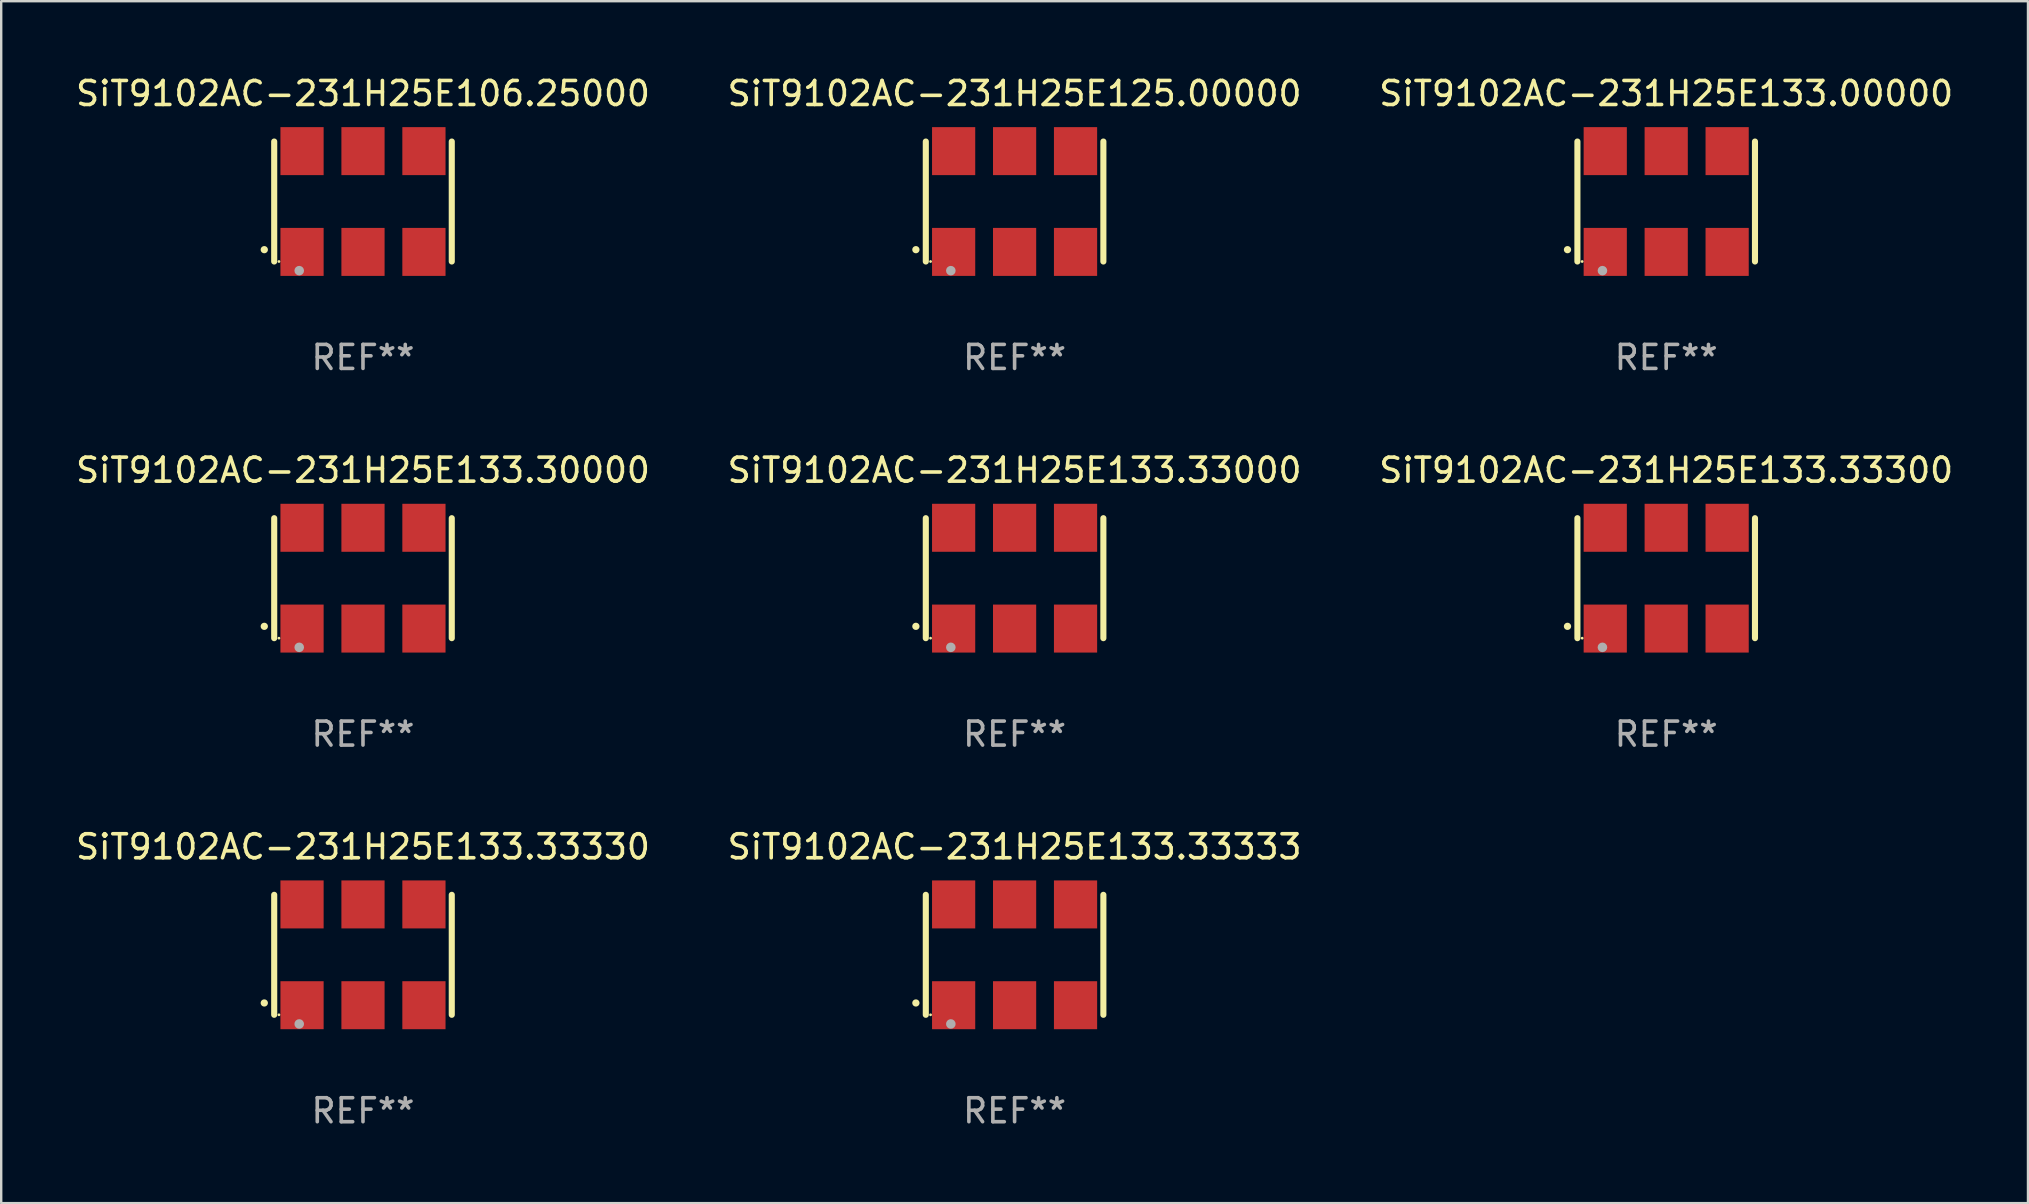
<source format=kicad_pcb>
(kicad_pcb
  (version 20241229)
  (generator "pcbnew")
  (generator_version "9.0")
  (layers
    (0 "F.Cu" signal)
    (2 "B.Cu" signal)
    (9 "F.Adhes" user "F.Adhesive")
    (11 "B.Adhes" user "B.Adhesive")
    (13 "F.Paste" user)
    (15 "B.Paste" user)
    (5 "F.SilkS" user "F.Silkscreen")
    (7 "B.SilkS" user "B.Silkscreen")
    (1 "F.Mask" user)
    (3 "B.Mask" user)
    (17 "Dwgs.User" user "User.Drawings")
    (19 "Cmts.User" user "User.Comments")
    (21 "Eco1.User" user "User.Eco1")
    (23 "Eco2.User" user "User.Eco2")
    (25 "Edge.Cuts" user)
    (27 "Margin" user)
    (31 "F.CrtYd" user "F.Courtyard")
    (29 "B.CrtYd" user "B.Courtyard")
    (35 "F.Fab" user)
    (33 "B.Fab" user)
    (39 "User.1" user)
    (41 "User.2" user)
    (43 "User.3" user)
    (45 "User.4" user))
  (footprint "SiT9102AC-231H25E106.25000"
    (layer "F.Cu")
    (at 12.077 5.348)
    (property "Reference" "SiT9102AC-231H25E106.25000" (at 0 -4.5 0) (layer "F.SilkS") (effects (font (size 1 1) (thickness 0.15))))
    (attr through_hole)
    (fp_line (start -3.7 -2.5) (end -3.7 2.5) (stroke (width 0.254) (type solid)) (layer "F.SilkS"))
    (fp_line (start 3.7 -2.5) (end 3.7 2.5) (stroke (width 0.254) (type solid)) (layer "F.SilkS"))
    (fp_arc (start -4.114415 2.006604) (mid -4.113145 2.006599) (end -4.111875 2.006604) (stroke (width 0.3) (type solid)) (layer "F.SilkS"))
    (fp_circle (center -3.502 2.5) (end -3.472 2.5) (stroke (width 0.06) (type solid)) (fill no) (layer "F.SilkS"))
    (fp_circle (center -2.657 2.882) (end -2.557 2.882) (stroke (width 0.2) (type solid)) (fill no) (layer "F.Fab"))
    (fp_text user "REF**" (at 0 6.5 0) (layer "F.Fab") (effects (font (size 1 1) (thickness 0.15))))
    (pad "1" smd rect (at -2.54 2.1) (size 1.8 2) (layers "F.Cu" "F.Mask" "F.Paste"))
    (pad "2" smd rect (at 0.000394 2.1) (size 1.8 2) (layers "F.Cu" "F.Mask" "F.Paste"))
    (pad "3" smd rect (at 2.54 2.1) (size 1.8 2) (layers "F.Cu" "F.Mask" "F.Paste"))
    (pad "4" smd rect (at 2.54 -2.1) (size 1.8 2) (layers "F.Cu" "F.Mask" "F.Paste"))
    (pad "5" smd rect (at 0.000394 -2.1) (size 1.8 2) (layers "F.Cu" "F.Mask" "F.Paste"))
    (pad "6" smd rect (at -2.54 -2.1) (size 1.8 2) (layers "F.Cu" "F.Mask" "F.Paste")))
  (footprint "SiT9102AC-231H25E133.33333"
    (layer "F.Cu")
    (at 39.232 36.741)
    (property "Reference" "SiT9102AC-231H25E133.33333" (at 0 -4.5 0) (layer "F.SilkS") (effects (font (size 1 1) (thickness 0.15))))
    (attr through_hole)
    (fp_line (start -3.7 -2.5) (end -3.7 2.5) (stroke (width 0.254) (type solid)) (layer "F.SilkS"))
    (fp_line (start 3.7 -2.5) (end 3.7 2.5) (stroke (width 0.254) (type solid)) (layer "F.SilkS"))
    (fp_arc (start -4.114415 2.006604) (mid -4.113145 2.006599) (end -4.111875 2.006604) (stroke (width 0.3) (type solid)) (layer "F.SilkS"))
    (fp_circle (center -3.502 2.5) (end -3.472 2.5) (stroke (width 0.06) (type solid)) (fill no) (layer "F.SilkS"))
    (fp_circle (center -2.657 2.882) (end -2.557 2.882) (stroke (width 0.2) (type solid)) (fill no) (layer "F.Fab"))
    (fp_text user "REF**" (at 0 6.5 0) (layer "F.Fab") (effects (font (size 1 1) (thickness 0.15))))
    (pad "1" smd rect (at -2.54 2.1) (size 1.8 2) (layers "F.Cu" "F.Mask" "F.Paste"))
    (pad "2" smd rect (at 0.000394 2.1) (size 1.8 2) (layers "F.Cu" "F.Mask" "F.Paste"))
    (pad "3" smd rect (at 2.54 2.1) (size 1.8 2) (layers "F.Cu" "F.Mask" "F.Paste"))
    (pad "4" smd rect (at 2.54 -2.1) (size 1.8 2) (layers "F.Cu" "F.Mask" "F.Paste"))
    (pad "5" smd rect (at 0.000394 -2.1) (size 1.8 2) (layers "F.Cu" "F.Mask" "F.Paste"))
    (pad "6" smd rect (at -2.54 -2.1) (size 1.8 2) (layers "F.Cu" "F.Mask" "F.Paste")))
  (footprint "SiT9102AC-231H25E133.00000"
    (layer "F.Cu")
    (at 66.387 5.348)
    (property "Reference" "SiT9102AC-231H25E133.00000" (at 0 -4.5 0) (layer "F.SilkS") (effects (font (size 1 1) (thickness 0.15))))
    (attr through_hole)
    (fp_line (start -3.7 -2.5) (end -3.7 2.5) (stroke (width 0.254) (type solid)) (layer "F.SilkS"))
    (fp_line (start 3.7 -2.5) (end 3.7 2.5) (stroke (width 0.254) (type solid)) (layer "F.SilkS"))
    (fp_arc (start -4.114415 2.006604) (mid -4.113145 2.006599) (end -4.111875 2.006604) (stroke (width 0.3) (type solid)) (layer "F.SilkS"))
    (fp_circle (center -3.502 2.5) (end -3.472 2.5) (stroke (width 0.06) (type solid)) (fill no) (layer "F.SilkS"))
    (fp_circle (center -2.657 2.882) (end -2.557 2.882) (stroke (width 0.2) (type solid)) (fill no) (layer "F.Fab"))
    (fp_text user "REF**" (at 0 6.5 0) (layer "F.Fab") (effects (font (size 1 1) (thickness 0.15))))
    (pad "1" smd rect (at -2.54 2.1) (size 1.8 2) (layers "F.Cu" "F.Mask" "F.Paste"))
    (pad "2" smd rect (at 0.000394 2.1) (size 1.8 2) (layers "F.Cu" "F.Mask" "F.Paste"))
    (pad "3" smd rect (at 2.54 2.1) (size 1.8 2) (layers "F.Cu" "F.Mask" "F.Paste"))
    (pad "4" smd rect (at 2.54 -2.1) (size 1.8 2) (layers "F.Cu" "F.Mask" "F.Paste"))
    (pad "5" smd rect (at 0.000394 -2.1) (size 1.8 2) (layers "F.Cu" "F.Mask" "F.Paste"))
    (pad "6" smd rect (at -2.54 -2.1) (size 1.8 2) (layers "F.Cu" "F.Mask" "F.Paste")))
  (footprint "SiT9102AC-231H25E133.33300"
    (layer "F.Cu")
    (at 66.387 21.045)
    (property "Reference" "SiT9102AC-231H25E133.33300" (at 0 -4.5 0) (layer "F.SilkS") (effects (font (size 1 1) (thickness 0.15))))
    (attr through_hole)
    (fp_line (start -3.7 -2.5) (end -3.7 2.5) (stroke (width 0.254) (type solid)) (layer "F.SilkS"))
    (fp_line (start 3.7 -2.5) (end 3.7 2.5) (stroke (width 0.254) (type solid)) (layer "F.SilkS"))
    (fp_arc (start -4.114415 2.006604) (mid -4.113145 2.006599) (end -4.111875 2.006604) (stroke (width 0.3) (type solid)) (layer "F.SilkS"))
    (fp_circle (center -3.502 2.5) (end -3.472 2.5) (stroke (width 0.06) (type solid)) (fill no) (layer "F.SilkS"))
    (fp_circle (center -2.657 2.882) (end -2.557 2.882) (stroke (width 0.2) (type solid)) (fill no) (layer "F.Fab"))
    (fp_text user "REF**" (at 0 6.5 0) (layer "F.Fab") (effects (font (size 1 1) (thickness 0.15))))
    (pad "1" smd rect (at -2.54 2.1) (size 1.8 2) (layers "F.Cu" "F.Mask" "F.Paste"))
    (pad "2" smd rect (at 0.000394 2.1) (size 1.8 2) (layers "F.Cu" "F.Mask" "F.Paste"))
    (pad "3" smd rect (at 2.54 2.1) (size 1.8 2) (layers "F.Cu" "F.Mask" "F.Paste"))
    (pad "4" smd rect (at 2.54 -2.1) (size 1.8 2) (layers "F.Cu" "F.Mask" "F.Paste"))
    (pad "5" smd rect (at 0.000394 -2.1) (size 1.8 2) (layers "F.Cu" "F.Mask" "F.Paste"))
    (pad "6" smd rect (at -2.54 -2.1) (size 1.8 2) (layers "F.Cu" "F.Mask" "F.Paste")))
  (footprint "SiT9102AC-231H25E133.30000"
    (layer "F.Cu")
    (at 12.077 21.045)
    (property "Reference" "SiT9102AC-231H25E133.30000" (at 0 -4.5 0) (layer "F.SilkS") (effects (font (size 1 1) (thickness 0.15))))
    (attr through_hole)
    (fp_line (start -3.7 -2.5) (end -3.7 2.5) (stroke (width 0.254) (type solid)) (layer "F.SilkS"))
    (fp_line (start 3.7 -2.5) (end 3.7 2.5) (stroke (width 0.254) (type solid)) (layer "F.SilkS"))
    (fp_arc (start -4.114415 2.006604) (mid -4.113145 2.006599) (end -4.111875 2.006604) (stroke (width 0.3) (type solid)) (layer "F.SilkS"))
    (fp_circle (center -3.502 2.5) (end -3.472 2.5) (stroke (width 0.06) (type solid)) (fill no) (layer "F.SilkS"))
    (fp_circle (center -2.657 2.882) (end -2.557 2.882) (stroke (width 0.2) (type solid)) (fill no) (layer "F.Fab"))
    (fp_text user "REF**" (at 0 6.5 0) (layer "F.Fab") (effects (font (size 1 1) (thickness 0.15))))
    (pad "1" smd rect (at -2.54 2.1) (size 1.8 2) (layers "F.Cu" "F.Mask" "F.Paste"))
    (pad "2" smd rect (at 0.000394 2.1) (size 1.8 2) (layers "F.Cu" "F.Mask" "F.Paste"))
    (pad "3" smd rect (at 2.54 2.1) (size 1.8 2) (layers "F.Cu" "F.Mask" "F.Paste"))
    (pad "4" smd rect (at 2.54 -2.1) (size 1.8 2) (layers "F.Cu" "F.Mask" "F.Paste"))
    (pad "5" smd rect (at 0.000394 -2.1) (size 1.8 2) (layers "F.Cu" "F.Mask" "F.Paste"))
    (pad "6" smd rect (at -2.54 -2.1) (size 1.8 2) (layers "F.Cu" "F.Mask" "F.Paste")))
  (footprint "SiT9102AC-231H25E133.33330"
    (layer "F.Cu")
    (at 12.077 36.741)
    (property "Reference" "SiT9102AC-231H25E133.33330" (at 0 -4.5 0) (layer "F.SilkS") (effects (font (size 1 1) (thickness 0.15))))
    (attr through_hole)
    (fp_line (start -3.7 -2.5) (end -3.7 2.5) (stroke (width 0.254) (type solid)) (layer "F.SilkS"))
    (fp_line (start 3.7 -2.5) (end 3.7 2.5) (stroke (width 0.254) (type solid)) (layer "F.SilkS"))
    (fp_arc (start -4.114415 2.006604) (mid -4.113145 2.006599) (end -4.111875 2.006604) (stroke (width 0.3) (type solid)) (layer "F.SilkS"))
    (fp_circle (center -3.502 2.5) (end -3.472 2.5) (stroke (width 0.06) (type solid)) (fill no) (layer "F.SilkS"))
    (fp_circle (center -2.657 2.882) (end -2.557 2.882) (stroke (width 0.2) (type solid)) (fill no) (layer "F.Fab"))
    (fp_text user "REF**" (at 0 6.5 0) (layer "F.Fab") (effects (font (size 1 1) (thickness 0.15))))
    (pad "1" smd rect (at -2.54 2.1) (size 1.8 2) (layers "F.Cu" "F.Mask" "F.Paste"))
    (pad "2" smd rect (at 0.000394 2.1) (size 1.8 2) (layers "F.Cu" "F.Mask" "F.Paste"))
    (pad "3" smd rect (at 2.54 2.1) (size 1.8 2) (layers "F.Cu" "F.Mask" "F.Paste"))
    (pad "4" smd rect (at 2.54 -2.1) (size 1.8 2) (layers "F.Cu" "F.Mask" "F.Paste"))
    (pad "5" smd rect (at 0.000394 -2.1) (size 1.8 2) (layers "F.Cu" "F.Mask" "F.Paste"))
    (pad "6" smd rect (at -2.54 -2.1) (size 1.8 2) (layers "F.Cu" "F.Mask" "F.Paste")))
  (footprint "SiT9102AC-231H25E125.00000"
    (layer "F.Cu")
    (at 39.232 5.348)
    (property "Reference" "SiT9102AC-231H25E125.00000" (at 0 -4.5 0) (layer "F.SilkS") (effects (font (size 1 1) (thickness 0.15))))
    (attr through_hole)
    (fp_line (start -3.7 -2.5) (end -3.7 2.5) (stroke (width 0.254) (type solid)) (layer "F.SilkS"))
    (fp_line (start 3.7 -2.5) (end 3.7 2.5) (stroke (width 0.254) (type solid)) (layer "F.SilkS"))
    (fp_arc (start -4.114415 2.006604) (mid -4.113145 2.006599) (end -4.111875 2.006604) (stroke (width 0.3) (type solid)) (layer "F.SilkS"))
    (fp_circle (center -3.502 2.5) (end -3.472 2.5) (stroke (width 0.06) (type solid)) (fill no) (layer "F.SilkS"))
    (fp_circle (center -2.657 2.882) (end -2.557 2.882) (stroke (width 0.2) (type solid)) (fill no) (layer "F.Fab"))
    (fp_text user "REF**" (at 0 6.5 0) (layer "F.Fab") (effects (font (size 1 1) (thickness 0.15))))
    (pad "1" smd rect (at -2.54 2.1) (size 1.8 2) (layers "F.Cu" "F.Mask" "F.Paste"))
    (pad "2" smd rect (at 0.000394 2.1) (size 1.8 2) (layers "F.Cu" "F.Mask" "F.Paste"))
    (pad "3" smd rect (at 2.54 2.1) (size 1.8 2) (layers "F.Cu" "F.Mask" "F.Paste"))
    (pad "4" smd rect (at 2.54 -2.1) (size 1.8 2) (layers "F.Cu" "F.Mask" "F.Paste"))
    (pad "5" smd rect (at 0.000394 -2.1) (size 1.8 2) (layers "F.Cu" "F.Mask" "F.Paste"))
    (pad "6" smd rect (at -2.54 -2.1) (size 1.8 2) (layers "F.Cu" "F.Mask" "F.Paste")))
  (footprint "SiT9102AC-231H25E133.33000"
    (layer "F.Cu")
    (at 39.232 21.045)
    (property "Reference" "SiT9102AC-231H25E133.33000" (at 0 -4.5 0) (layer "F.SilkS") (effects (font (size 1 1) (thickness 0.15))))
    (attr through_hole)
    (fp_line (start -3.7 -2.5) (end -3.7 2.5) (stroke (width 0.254) (type solid)) (layer "F.SilkS"))
    (fp_line (start 3.7 -2.5) (end 3.7 2.5) (stroke (width 0.254) (type solid)) (layer "F.SilkS"))
    (fp_arc (start -4.114415 2.006604) (mid -4.113145 2.006599) (end -4.111875 2.006604) (stroke (width 0.3) (type solid)) (layer "F.SilkS"))
    (fp_circle (center -3.502 2.5) (end -3.472 2.5) (stroke (width 0.06) (type solid)) (fill no) (layer "F.SilkS"))
    (fp_circle (center -2.657 2.882) (end -2.557 2.882) (stroke (width 0.2) (type solid)) (fill no) (layer "F.Fab"))
    (fp_text user "REF**" (at 0 6.5 0) (layer "F.Fab") (effects (font (size 1 1) (thickness 0.15))))
    (pad "1" smd rect (at -2.54 2.1) (size 1.8 2) (layers "F.Cu" "F.Mask" "F.Paste"))
    (pad "2" smd rect (at 0.000394 2.1) (size 1.8 2) (layers "F.Cu" "F.Mask" "F.Paste"))
    (pad "3" smd rect (at 2.54 2.1) (size 1.8 2) (layers "F.Cu" "F.Mask" "F.Paste"))
    (pad "4" smd rect (at 2.54 -2.1) (size 1.8 2) (layers "F.Cu" "F.Mask" "F.Paste"))
    (pad "5" smd rect (at 0.000394 -2.1) (size 1.8 2) (layers "F.Cu" "F.Mask" "F.Paste"))
    (pad "6" smd rect (at -2.54 -2.1) (size 1.8 2) (layers "F.Cu" "F.Mask" "F.Paste")))
  (gr_rect
    (start -3 -3)
    (end 81.464 47.09)
    (stroke (width 0.1) (type default))
    (fill no)
    (layer "Edge.Cuts")))
</source>
